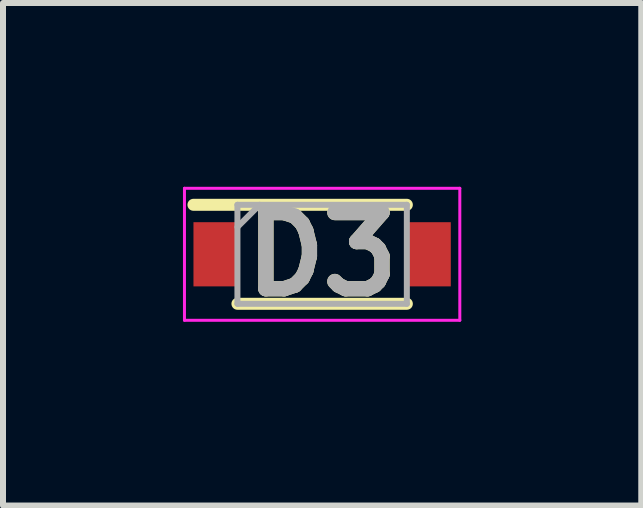
<source format=kicad_pcb>
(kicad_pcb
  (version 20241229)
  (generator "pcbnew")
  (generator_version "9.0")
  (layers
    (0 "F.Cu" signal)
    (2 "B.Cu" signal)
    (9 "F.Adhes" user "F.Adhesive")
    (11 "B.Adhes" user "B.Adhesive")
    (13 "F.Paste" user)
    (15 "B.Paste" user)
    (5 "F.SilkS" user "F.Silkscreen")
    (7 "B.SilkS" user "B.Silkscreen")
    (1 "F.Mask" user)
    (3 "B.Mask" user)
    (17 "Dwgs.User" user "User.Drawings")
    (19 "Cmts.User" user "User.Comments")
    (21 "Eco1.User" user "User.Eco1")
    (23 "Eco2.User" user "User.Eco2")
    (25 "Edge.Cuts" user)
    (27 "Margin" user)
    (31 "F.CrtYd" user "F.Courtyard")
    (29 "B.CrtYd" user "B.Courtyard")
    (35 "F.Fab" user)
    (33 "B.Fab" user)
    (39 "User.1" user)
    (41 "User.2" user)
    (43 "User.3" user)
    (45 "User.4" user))
  (footprint "D3"
    (layer "F.Cu")
    (at 2.32 1.189)
    (property "Reference" "D3" (at 0 0 0) (layer "F.SilkS") (effects (font (size 1.27 1.27) (thickness 0.254))))
    (attr smd)
    (fp_line (start -2.145 -0.825) (end 1.412 -0.825) (stroke (width 0.2) (type solid)) (layer "F.SilkS"))
    (fp_line (start -1.412 0.825) (end 1.412 0.825) (stroke (width 0.2) (type solid)) (layer "F.SilkS"))
    (fp_line (start -2.295 -1.1) (end 2.295 -1.1) (stroke (width 0.05) (type solid)) (layer "F.CrtYd"))
    (fp_line (start -2.295 1.1) (end -2.295 -1.1) (stroke (width 0.05) (type solid)) (layer "F.CrtYd"))
    (fp_line (start 2.295 -1.1) (end 2.295 1.1) (stroke (width 0.05) (type solid)) (layer "F.CrtYd"))
    (fp_line (start 2.295 1.1) (end -2.295 1.1) (stroke (width 0.05) (type solid)) (layer "F.CrtYd"))
    (fp_line (start -1.412 -0.825) (end 1.412 -0.825) (stroke (width 0.1) (type solid)) (layer "F.Fab"))
    (fp_line (start -1.412 -0.455) (end -1.042 -0.825) (stroke (width 0.1) (type solid)) (layer "F.Fab"))
    (fp_line (start -1.412 0.825) (end -1.412 -0.825) (stroke (width 0.1) (type solid)) (layer "F.Fab"))
    (fp_line (start 1.412 -0.825) (end 1.412 0.825) (stroke (width 0.1) (type solid)) (layer "F.Fab"))
    (fp_line (start 1.412 0.825) (end -1.412 0.825) (stroke (width 0.1) (type solid)) (layer "F.Fab"))
    (fp_text user "${REFERENCE}" (at 0 0 0) (layer "F.Fab") (effects (font (size 1.27 1.27) (thickness 0.254))))
    (pad "1" smd rect (at -1.775 0) (size 0.74 1.07) (layers "F.Cu" "F.Mask" "F.Paste"))
    (pad "2" smd rect (at 1.775 0) (size 0.74 1.07) (layers "F.Cu" "F.Mask" "F.Paste")))
  (gr_rect
    (start -3 -3)
    (end 7.64 5.377)
    (stroke (width 0.1) (type default))
    (fill no)
    (layer "Edge.Cuts")))
</source>
